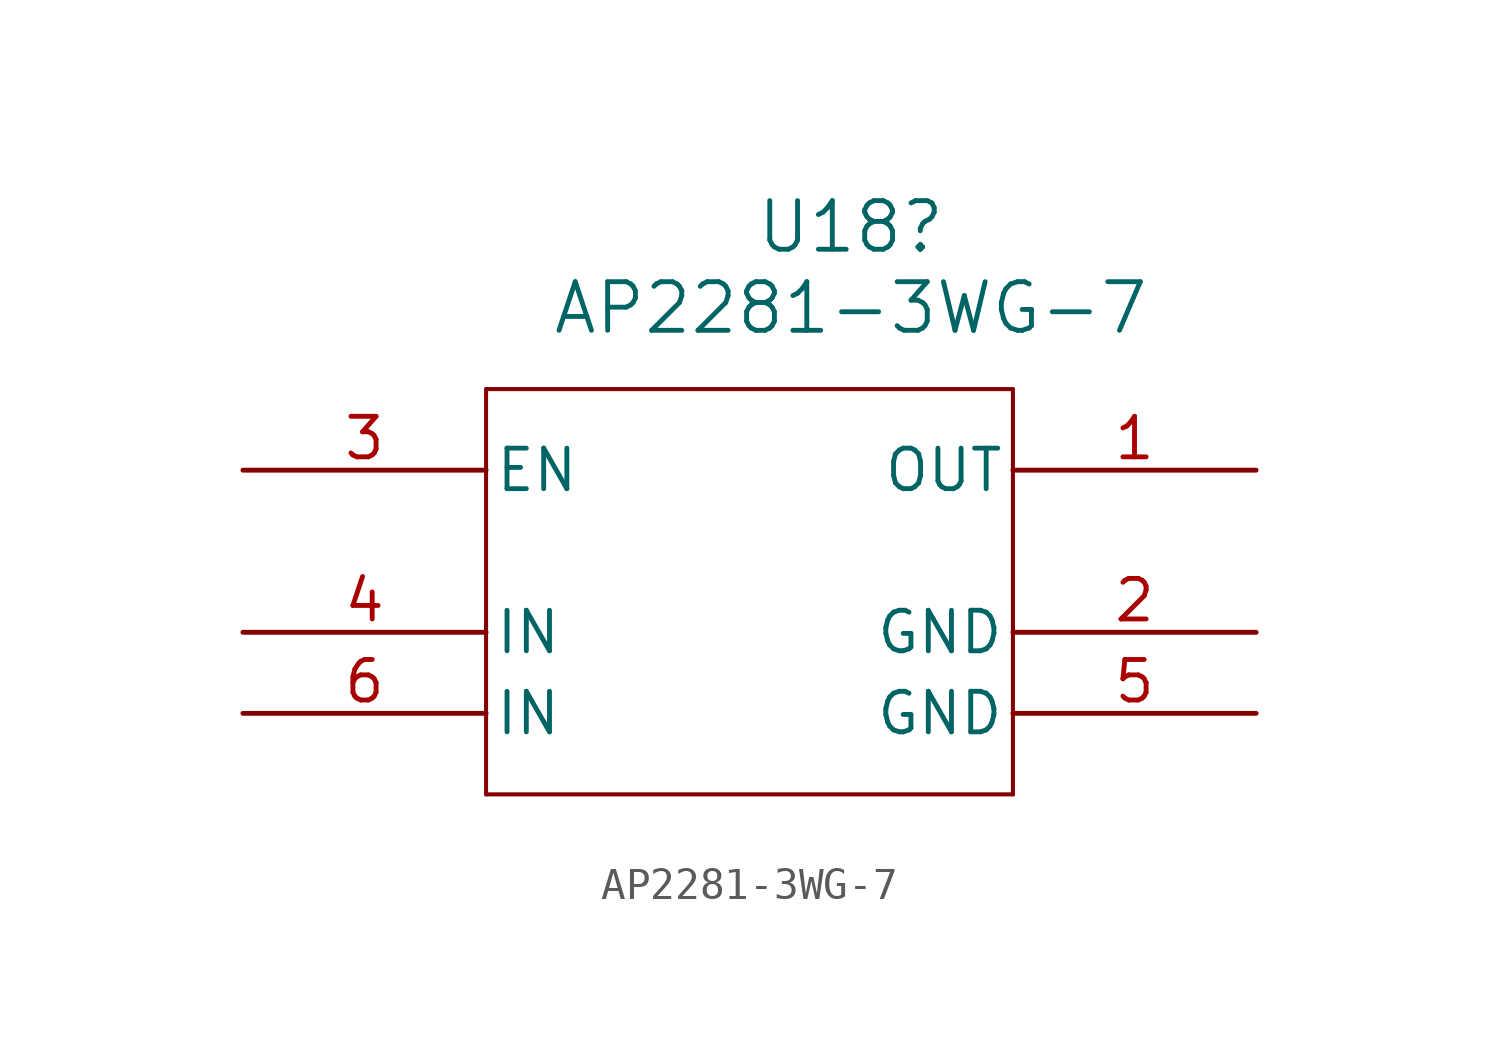
<source format=kicad_sym>
(kicad_symbol_lib
  (version 20231120)
  (generator "kicad_symbol_editor")
  (generator_version "8.0")
  (symbol "AP2281-3WG-7"
    (pin_names
      (offset 0.254))
    (property "Reference" "U18"
      (at 19.05 8.89 0)
      (effects (font (size 1.524 1.524))))
    (property "Value" "AP2281-3WG-7"
      (at 19.05 6.35 0)
      (effects (font (size 1.524 1.524))))
    (property "ki_locked" ""
      (at 0 0 0)
      (effects (font (size 1.27 1.27))))
    (symbol "AP2281-3WG-7_0_1"
      (polyline (pts (xy 7.62 -8.89) (xy 24.13 -8.89)) (stroke (width 0.127) (type default)) (fill (type none)))
      (polyline (pts (xy 7.62 3.81) (xy 7.62 -8.89)) (stroke (width 0.127) (type default)) (fill (type none)))
      (polyline (pts (xy 24.13 -8.89) (xy 24.13 3.81)) (stroke (width 0.127) (type default)) (fill (type none)))
      (polyline (pts (xy 24.13 3.81) (xy 7.62 3.81)) (stroke (width 0.127) (type default)) (fill (type none)))
      (pin input line (at 0 1.27 0) (length 7.62) (name "EN" (effects (font (size 1.27 1.27)))) (number "3" (effects (font (size 1.27 1.27)))))
      (pin power_in line (at 31.75 -6.35 180) (length 7.62) (name "GND" (effects (font (size 1.27 1.27)))) (number "5" (effects (font (size 1.27 1.27))))))
    (symbol "AP2281-3WG-7_1_1"
      (pin output line (at 31.75 1.27 180) (length 7.62) (name "OUT" (effects (font (size 1.27 1.27)))) (number "1" (effects (font (size 1.27 1.27)))))
      (pin power_in line (at 31.75 -3.81 180) (length 7.62) (name "GND" (effects (font (size 1.27 1.27)))) (number "2" (effects (font (size 1.27 1.27)))))
      (pin input line (at 0 -3.81 0) (length 7.62) (name "IN" (effects (font (size 1.27 1.27)))) (number "4" (effects (font (size 1.27 1.27)))))
      (pin input line (at 0 -6.35 0) (length 7.62) (name "IN" (effects (font (size 1.27 1.27)))) (number "6" (effects (font (size 1.27 1.27))))))))
</source>
